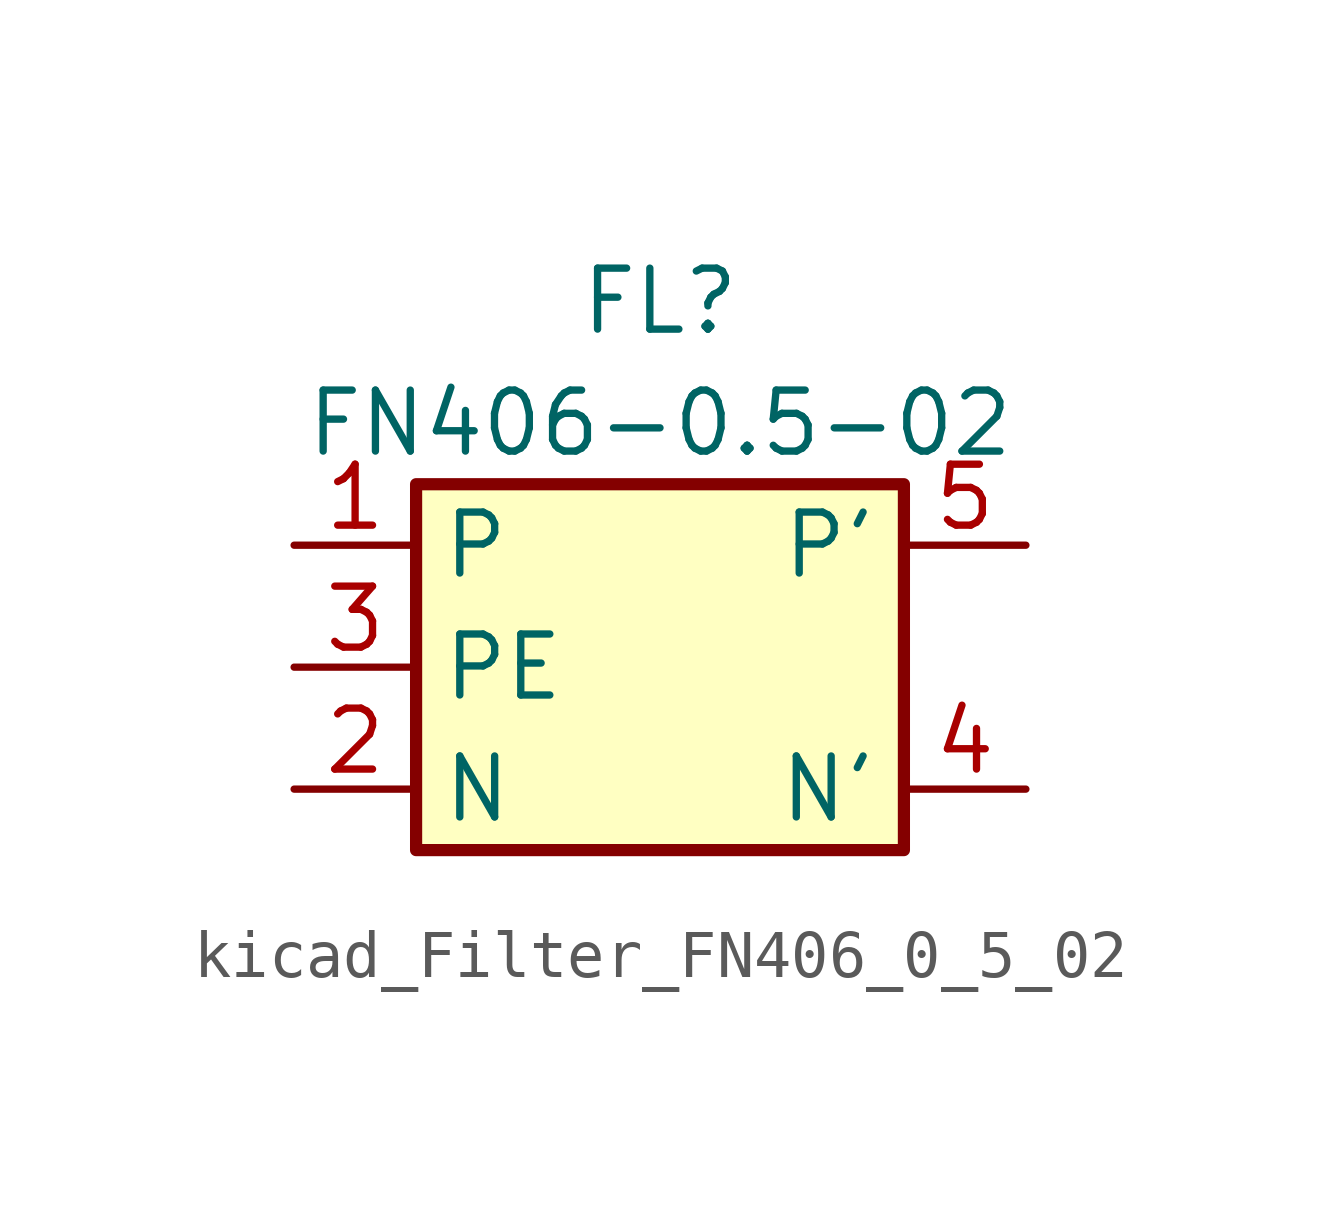
<source format=kicad_sym>
(kicad_symbol_lib
  (version 20220914)
  (generator kicad_symbol_editor)
  (symbol "kicad_Filter_FN406_0_5_02"
    (property "Reference" "FL"
      (at 0 7.62 0)
      (effects (font (size 1.27 1.27))))
    (property "Value" "FN406-0.5-02"
      (at 0 5.08 0)
      (effects (font (size 1.27 1.27))))
    (symbol "kicad_Filter_FN406_0_5_02_0_1"
      (rectangle (start -5.08 3.81) (end 5.08 -3.81) (stroke (width 0.254) (type default)) (fill (type background))))
    (symbol "kicad_Filter_FN406_0_5_02_1_1"
      (pin passive line (at -7.62 2.54 0) (length 2.54) (name "P" (effects (font (size 1.27 1.27)))) (number "1" (effects (font (size 1.27 1.27)))))
      (pin passive line (at -7.62 -2.54 0) (length 2.54) (name "N" (effects (font (size 1.27 1.27)))) (number "2" (effects (font (size 1.27 1.27)))))
      (pin passive line (at -7.62 0 0) (length 2.54) (name "PE" (effects (font (size 1.27 1.27)))) (number "3" (effects (font (size 1.27 1.27)))))
      (pin passive line (at 7.62 -2.54 180) (length 2.54) (name "N'" (effects (font (size 1.27 1.27)))) (number "4" (effects (font (size 1.27 1.27)))))
      (pin passive line (at 7.62 2.54 180) (length 2.54) (name "P'" (effects (font (size 1.27 1.27)))) (number "5" (effects (font (size 1.27 1.27))))))))
</source>
